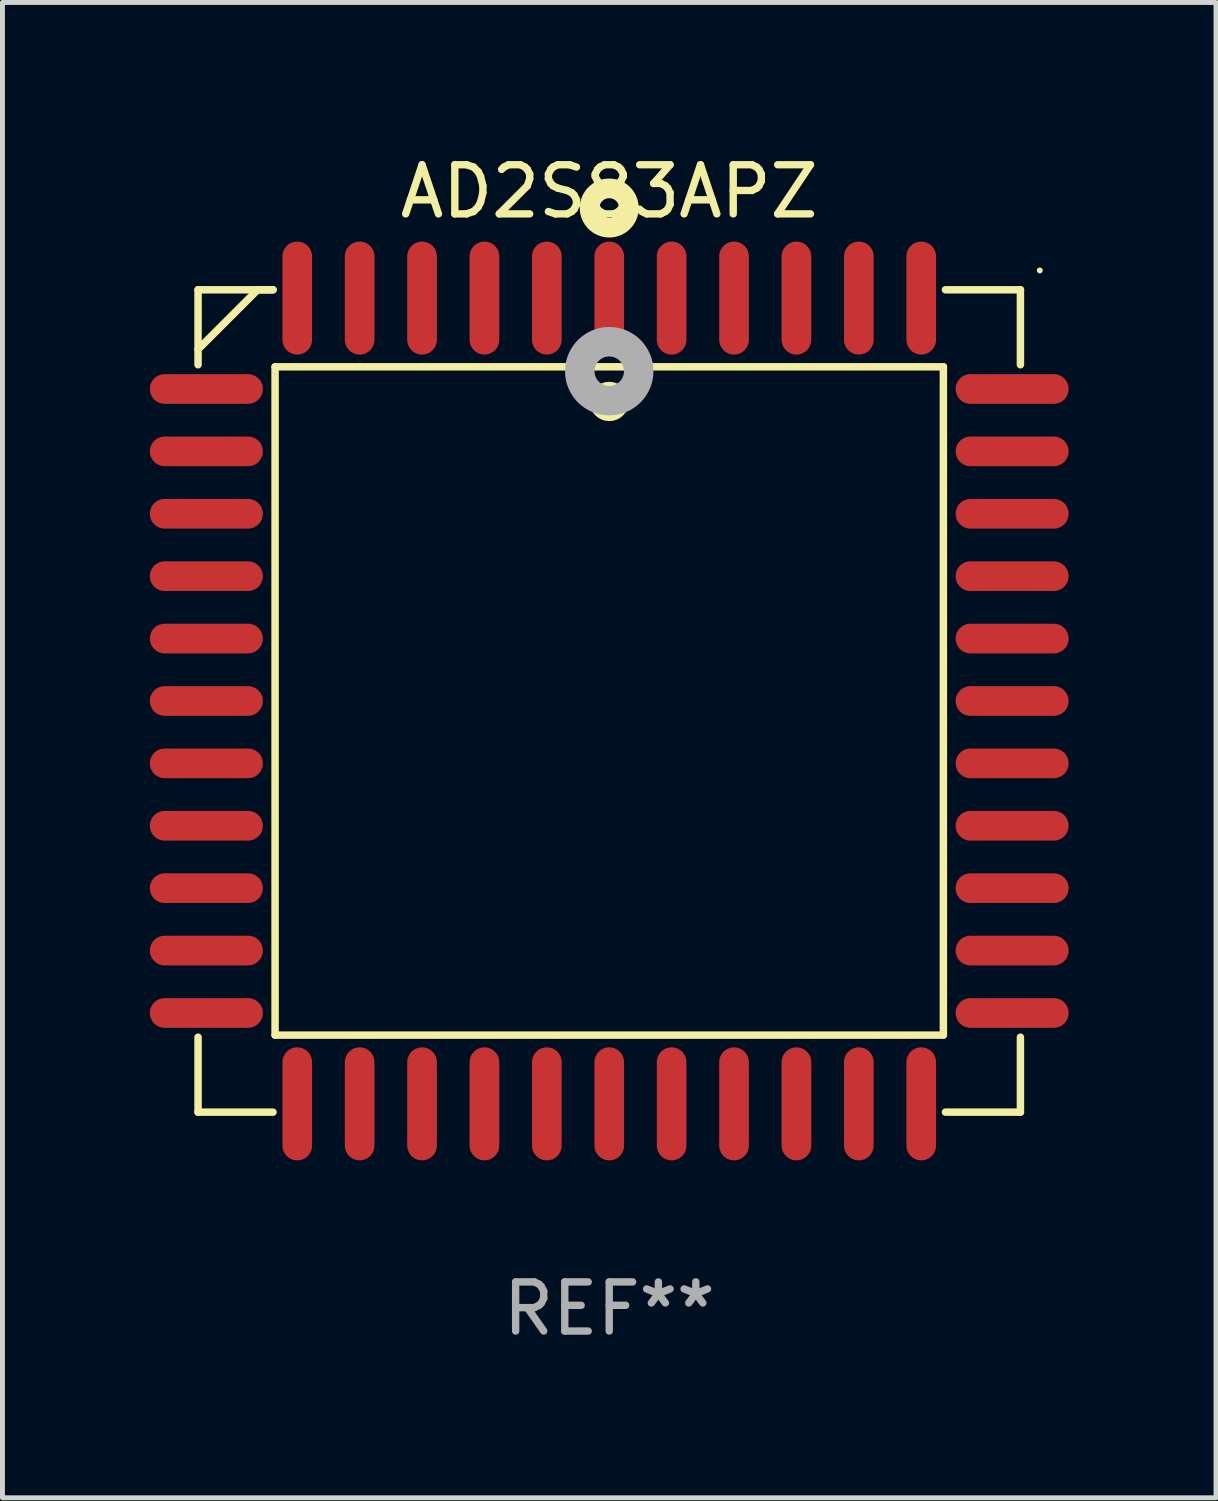
<source format=kicad_pcb>
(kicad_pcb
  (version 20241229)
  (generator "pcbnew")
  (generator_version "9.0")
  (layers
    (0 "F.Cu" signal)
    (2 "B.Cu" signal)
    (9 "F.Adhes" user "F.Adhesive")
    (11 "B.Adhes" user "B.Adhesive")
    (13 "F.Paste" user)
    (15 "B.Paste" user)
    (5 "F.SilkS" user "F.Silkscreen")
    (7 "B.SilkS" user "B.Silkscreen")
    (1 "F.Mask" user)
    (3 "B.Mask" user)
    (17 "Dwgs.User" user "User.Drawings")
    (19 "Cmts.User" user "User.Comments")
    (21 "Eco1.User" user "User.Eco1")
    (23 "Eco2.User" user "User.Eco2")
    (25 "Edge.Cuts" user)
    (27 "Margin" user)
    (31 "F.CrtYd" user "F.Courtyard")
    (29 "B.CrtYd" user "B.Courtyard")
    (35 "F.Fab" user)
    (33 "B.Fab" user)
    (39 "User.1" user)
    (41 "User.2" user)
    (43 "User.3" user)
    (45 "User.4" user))
  (footprint "AD2S83APZ"
    (layer "F.Cu")
    (at 9.35 11.217)
    (property "Reference" "AD2S83APZ" (at 0 -10.369 0) (layer "F.SilkS") (effects (font (size 1 1) (thickness 0.15))))
    (attr through_hole)
    (fp_line (start -8.369 -8.369) (end -8.369 -6.843) (stroke (width 0.152) (type solid)) (layer "F.SilkS"))
    (fp_line (start -8.369 8.369) (end -8.369 6.843) (stroke (width 0.152) (type solid)) (layer "F.SilkS"))
    (fp_line (start -7.156 -8.369) (end -8.369 -7.156) (stroke (width 0.152) (type solid)) (layer "F.SilkS"))
    (fp_line (start -6.843 -8.369) (end -8.369 -8.369) (stroke (width 0.152) (type solid)) (layer "F.SilkS"))
    (fp_line (start -6.843 -8.369) (end -7.156 -8.369) (stroke (width 0.152) (type solid)) (layer "F.SilkS"))
    (fp_line (start -6.843 8.369) (end -8.369 8.369) (stroke (width 0.152) (type solid)) (layer "F.SilkS"))
    (fp_line (start -6.801 -6.801) (end 6.801 -6.801) (stroke (width 0.152) (type solid)) (layer "F.SilkS"))
    (fp_line (start -6.801 6.801) (end -6.801 -6.801) (stroke (width 0.152) (type solid)) (layer "F.SilkS"))
    (fp_line (start 6.801 -6.801) (end 6.801 6.801) (stroke (width 0.152) (type solid)) (layer "F.SilkS"))
    (fp_line (start 6.801 6.801) (end -6.801 6.801) (stroke (width 0.152) (type solid)) (layer "F.SilkS"))
    (fp_line (start 6.843 -8.369) (end 8.369 -8.369) (stroke (width 0.152) (type solid)) (layer "F.SilkS"))
    (fp_line (start 6.843 8.369) (end 8.369 8.369) (stroke (width 0.152) (type solid)) (layer "F.SilkS"))
    (fp_line (start 8.369 -8.369) (end 8.369 -6.843) (stroke (width 0.152) (type solid)) (layer "F.SilkS"))
    (fp_line (start 8.369 8.369) (end 8.369 6.843) (stroke (width 0.152) (type solid)) (layer "F.SilkS"))
    (fp_circle (center -0.000013 -6.096) (end 0.2 -6.096) (stroke (width 0.4) (type solid)) (fill no) (layer "F.SilkS"))
    (fp_circle (center 0.000114 -10.033) (end 0.2 -10.033) (stroke (width 0.4) (type solid)) (fill no) (layer "F.SilkS"))
    (fp_circle (center 8.763 -8.763) (end 8.793 -8.763) (stroke (width 0.06) (type solid)) (fill no) (layer "F.SilkS"))
    (fp_circle (center 0.000114 -6.712) (end 0.3 -6.712) (stroke (width 0.6) (type solid)) (fill no) (layer "F.Fab"))
    (fp_text user "REF**" (at 0 12.369 0) (layer "F.Fab") (effects (font (size 1 1) (thickness 0.15))))
    (pad "1" smd oval (at 0.000114 -8.2) (size 0.604 2.3) (layers "F.Cu" "F.Mask" "F.Paste"))
    (pad "2" smd oval (at -1.27 -8.2) (size 0.604 2.3) (layers "F.Cu" "F.Mask" "F.Paste"))
    (pad "3" smd oval (at -2.54 -8.2) (size 0.604 2.3) (layers "F.Cu" "F.Mask" "F.Paste"))
    (pad "4" smd oval (at -3.81 -8.2) (size 0.604 2.3) (layers "F.Cu" "F.Mask" "F.Paste"))
    (pad "5" smd oval (at -5.08 -8.2) (size 0.604 2.3) (layers "F.Cu" "F.Mask" "F.Paste"))
    (pad "6" smd oval (at -6.35 -8.2) (size 0.604 2.3) (layers "F.Cu" "F.Mask" "F.Paste"))
    (pad "7" smd oval (at -8.2 -6.35) (size 2.3 0.604) (layers "F.Cu" "F.Mask" "F.Paste"))
    (pad "8" smd oval (at -8.2 -5.08) (size 2.3 0.604) (layers "F.Cu" "F.Mask" "F.Paste"))
    (pad "9" smd oval (at -8.2 -3.81) (size 2.3 0.604) (layers "F.Cu" "F.Mask" "F.Paste"))
    (pad "10" smd oval (at -8.2 -2.54) (size 2.3 0.604) (layers "F.Cu" "F.Mask" "F.Paste"))
    (pad "11" smd oval (at -8.2 -1.27) (size 2.3 0.604) (layers "F.Cu" "F.Mask" "F.Paste"))
    (pad "12" smd oval (at -8.2 0.000127) (size 2.3 0.604) (layers "F.Cu" "F.Mask" "F.Paste"))
    (pad "13" smd oval (at -8.2 1.27) (size 2.3 0.604) (layers "F.Cu" "F.Mask" "F.Paste"))
    (pad "14" smd oval (at -8.2 2.54) (size 2.3 0.604) (layers "F.Cu" "F.Mask" "F.Paste"))
    (pad "15" smd oval (at -8.2 3.81) (size 2.3 0.604) (layers "F.Cu" "F.Mask" "F.Paste"))
    (pad "16" smd oval (at -8.2 5.08) (size 2.3 0.604) (layers "F.Cu" "F.Mask" "F.Paste"))
    (pad "17" smd oval (at -8.2 6.35) (size 2.3 0.604) (layers "F.Cu" "F.Mask" "F.Paste"))
    (pad "18" smd oval (at -6.35 8.2) (size 0.604 2.3) (layers "F.Cu" "F.Mask" "F.Paste"))
    (pad "19" smd oval (at -5.08 8.2) (size 0.604 2.3) (layers "F.Cu" "F.Mask" "F.Paste"))
    (pad "20" smd oval (at -3.81 8.2) (size 0.604 2.3) (layers "F.Cu" "F.Mask" "F.Paste"))
    (pad "21" smd oval (at -2.54 8.2) (size 0.604 2.3) (layers "F.Cu" "F.Mask" "F.Paste"))
    (pad "22" smd oval (at -1.27 8.2) (size 0.604 2.3) (layers "F.Cu" "F.Mask" "F.Paste"))
    (pad "23" smd oval (at 0.000114 8.2) (size 0.604 2.3) (layers "F.Cu" "F.Mask" "F.Paste"))
    (pad "24" smd oval (at 1.27 8.2) (size 0.604 2.3) (layers "F.Cu" "F.Mask" "F.Paste"))
    (pad "25" smd oval (at 2.54 8.2) (size 0.604 2.3) (layers "F.Cu" "F.Mask" "F.Paste"))
    (pad "26" smd oval (at 3.81 8.2) (size 0.604 2.3) (layers "F.Cu" "F.Mask" "F.Paste"))
    (pad "27" smd oval (at 5.08 8.2) (size 0.604 2.3) (layers "F.Cu" "F.Mask" "F.Paste"))
    (pad "28" smd oval (at 6.35 8.2) (size 0.604 2.3) (layers "F.Cu" "F.Mask" "F.Paste"))
    (pad "29" smd oval (at 8.2 6.35) (size 2.3 0.604) (layers "F.Cu" "F.Mask" "F.Paste"))
    (pad "30" smd oval (at 8.2 5.08) (size 2.3 0.604) (layers "F.Cu" "F.Mask" "F.Paste"))
    (pad "31" smd oval (at 8.2 3.81) (size 2.3 0.604) (layers "F.Cu" "F.Mask" "F.Paste"))
    (pad "32" smd oval (at 8.2 2.54) (size 2.3 0.604) (layers "F.Cu" "F.Mask" "F.Paste"))
    (pad "33" smd oval (at 8.2 1.27) (size 2.3 0.604) (layers "F.Cu" "F.Mask" "F.Paste"))
    (pad "34" smd oval (at 8.2 0.000127) (size 2.3 0.604) (layers "F.Cu" "F.Mask" "F.Paste"))
    (pad "35" smd oval (at 8.2 -1.27) (size 2.3 0.604) (layers "F.Cu" "F.Mask" "F.Paste"))
    (pad "36" smd oval (at 8.2 -2.54) (size 2.3 0.604) (layers "F.Cu" "F.Mask" "F.Paste"))
    (pad "37" smd oval (at 8.2 -3.81) (size 2.3 0.604) (layers "F.Cu" "F.Mask" "F.Paste"))
    (pad "38" smd oval (at 8.2 -5.08) (size 2.3 0.604) (layers "F.Cu" "F.Mask" "F.Paste"))
    (pad "39" smd oval (at 8.2 -6.35) (size 2.3 0.604) (layers "F.Cu" "F.Mask" "F.Paste"))
    (pad "40" smd oval (at 6.35 -8.2) (size 0.604 2.3) (layers "F.Cu" "F.Mask" "F.Paste"))
    (pad "41" smd oval (at 5.08 -8.2) (size 0.604 2.3) (layers "F.Cu" "F.Mask" "F.Paste"))
    (pad "42" smd oval (at 3.81 -8.2) (size 0.604 2.3) (layers "F.Cu" "F.Mask" "F.Paste"))
    (pad "43" smd oval (at 2.54 -8.2) (size 0.604 2.3) (layers "F.Cu" "F.Mask" "F.Paste"))
    (pad "44" smd oval (at 1.27 -8.2) (size 0.604 2.3) (layers "F.Cu" "F.Mask" "F.Paste")))
  (gr_rect
    (start -3 -3)
    (end 21.7 27.435)
    (stroke (width 0.1) (type default))
    (fill no)
    (layer "Edge.Cuts")))
</source>
